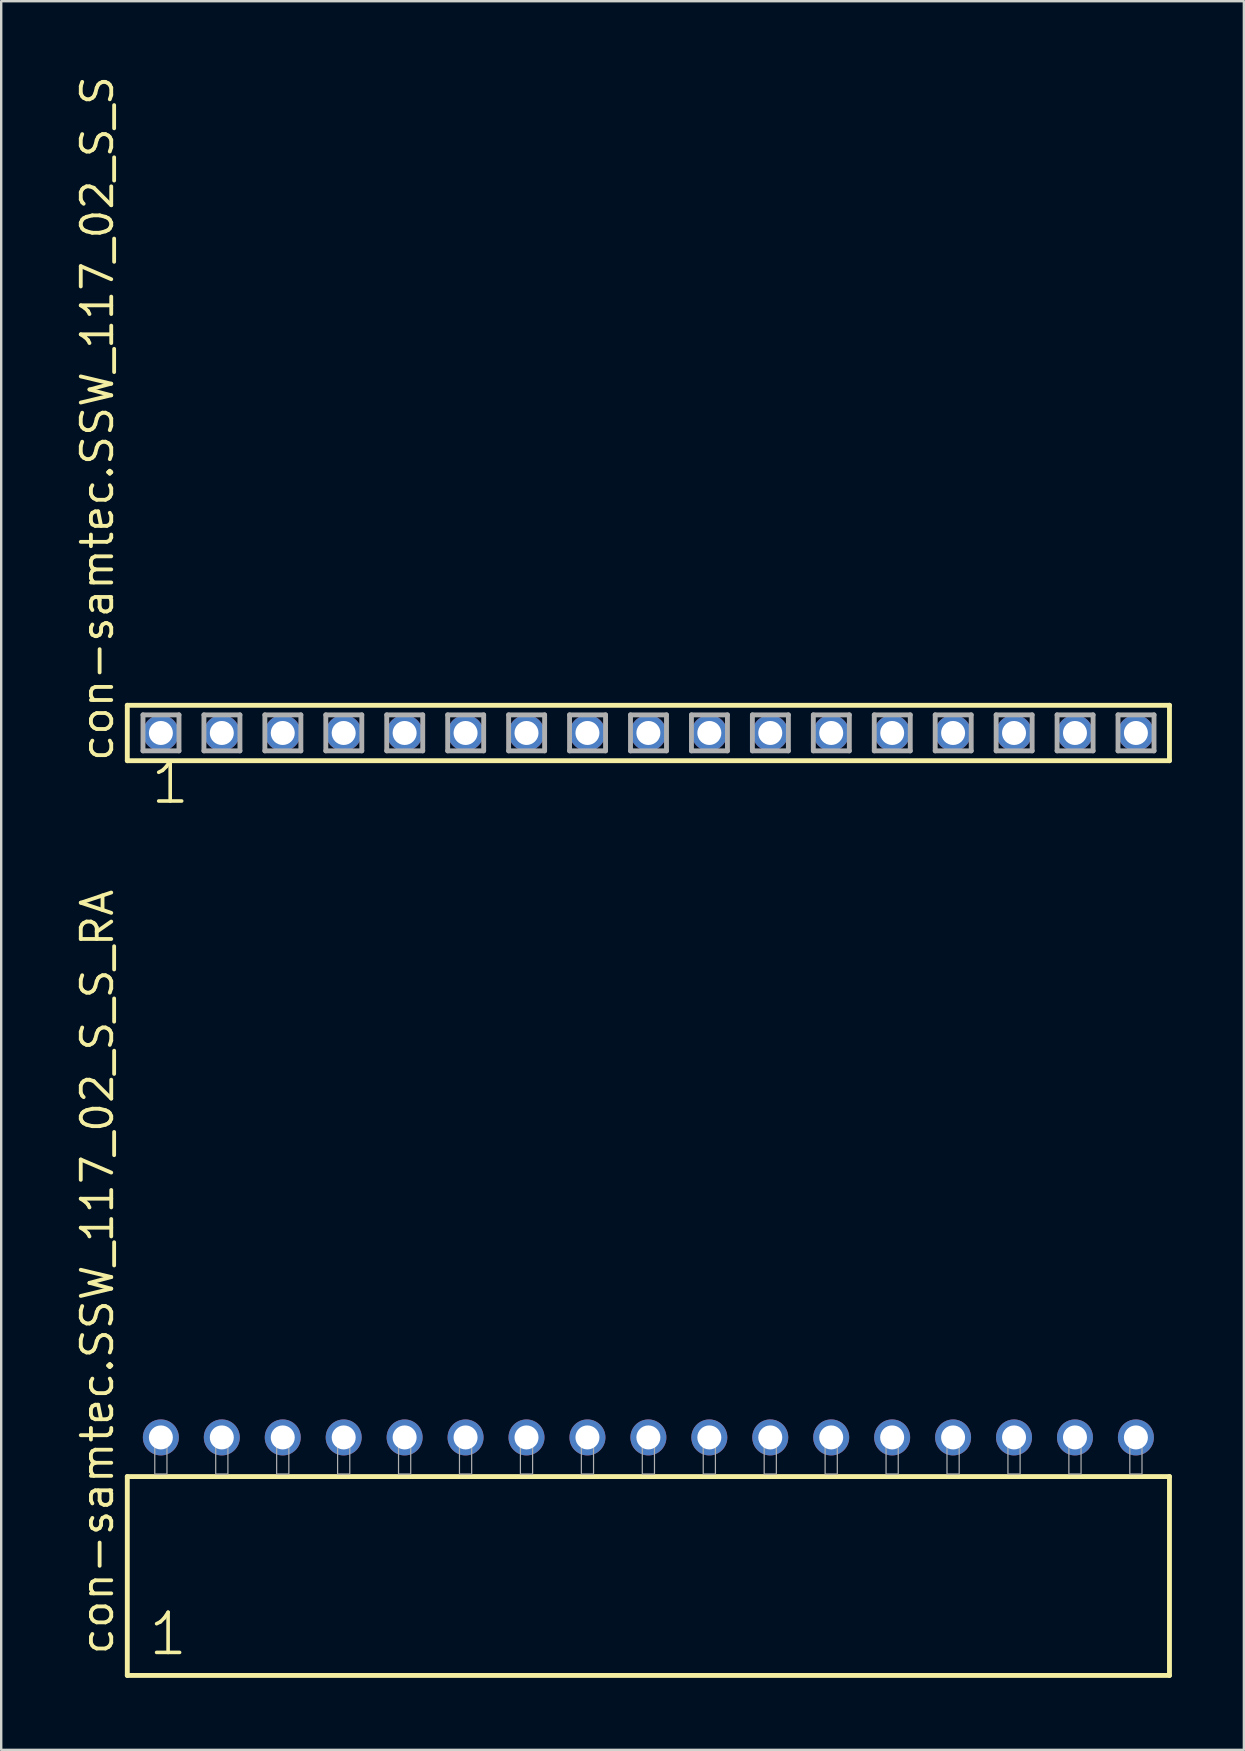
<source format=kicad_pcb>
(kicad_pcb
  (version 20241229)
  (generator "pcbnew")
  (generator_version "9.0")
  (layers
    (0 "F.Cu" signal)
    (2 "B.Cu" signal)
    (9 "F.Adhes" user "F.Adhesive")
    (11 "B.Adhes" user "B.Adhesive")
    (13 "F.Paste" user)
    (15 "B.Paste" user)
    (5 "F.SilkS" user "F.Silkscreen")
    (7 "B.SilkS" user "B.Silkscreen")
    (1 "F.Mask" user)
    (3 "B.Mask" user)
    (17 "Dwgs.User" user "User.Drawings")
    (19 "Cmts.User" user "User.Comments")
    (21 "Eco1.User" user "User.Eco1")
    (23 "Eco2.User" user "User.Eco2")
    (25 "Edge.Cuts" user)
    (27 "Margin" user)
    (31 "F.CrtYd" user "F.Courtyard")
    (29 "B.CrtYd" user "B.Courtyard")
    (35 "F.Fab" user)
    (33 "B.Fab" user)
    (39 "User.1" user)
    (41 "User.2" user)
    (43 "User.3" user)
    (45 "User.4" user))
  (footprint "con-samtec.SSW_117_02_S_S"
    (layer "F.Cu")
    (at 23.975 27.501)
    (property "Reference" "con-samtec.SSW_117_02_S_S" (at -22.225 1.27 90) (layer "F.SilkS") (effects (font (size 1.27 1.27) (thickness 0.16)) (justify left bottom)))
    (attr through_hole)
    (fp_line (start -21.719 -1.155) (end 21.719 -1.155) (stroke (width 0.203) (type default)) (layer "F.SilkS"))
    (fp_line (start -21.719 1.155) (end -21.719 -1.155) (stroke (width 0.203) (type default)) (layer "F.SilkS"))
    (fp_line (start 21.719 -1.155) (end 21.719 1.155) (stroke (width 0.203) (type default)) (layer "F.SilkS"))
    (fp_line (start 21.719 1.155) (end -21.719 1.155) (stroke (width 0.203) (type default)) (layer "F.SilkS"))
    (fp_line (start -21.065 -0.755) (end -19.565 -0.755) (stroke (width 0.203) (type default)) (layer "F.Fab"))
    (fp_line (start -21.065 0.745) (end -21.065 -0.755) (stroke (width 0.203) (type default)) (layer "F.Fab"))
    (fp_line (start -19.565 -0.755) (end -19.565 0.745) (stroke (width 0.203) (type default)) (layer "F.Fab"))
    (fp_line (start -19.565 0.745) (end -21.065 0.745) (stroke (width 0.203) (type default)) (layer "F.Fab"))
    (fp_line (start -18.525 -0.755) (end -17.025 -0.755) (stroke (width 0.203) (type default)) (layer "F.Fab"))
    (fp_line (start -18.525 0.745) (end -18.525 -0.755) (stroke (width 0.203) (type default)) (layer "F.Fab"))
    (fp_line (start -17.025 -0.755) (end -17.025 0.745) (stroke (width 0.203) (type default)) (layer "F.Fab"))
    (fp_line (start -17.025 0.745) (end -18.525 0.745) (stroke (width 0.203) (type default)) (layer "F.Fab"))
    (fp_line (start -15.985 -0.755) (end -14.485 -0.755) (stroke (width 0.203) (type default)) (layer "F.Fab"))
    (fp_line (start -15.985 0.745) (end -15.985 -0.755) (stroke (width 0.203) (type default)) (layer "F.Fab"))
    (fp_line (start -14.485 -0.755) (end -14.485 0.745) (stroke (width 0.203) (type default)) (layer "F.Fab"))
    (fp_line (start -14.485 0.745) (end -15.985 0.745) (stroke (width 0.203) (type default)) (layer "F.Fab"))
    (fp_line (start -13.445 -0.755) (end -11.945 -0.755) (stroke (width 0.203) (type default)) (layer "F.Fab"))
    (fp_line (start -13.445 0.745) (end -13.445 -0.755) (stroke (width 0.203) (type default)) (layer "F.Fab"))
    (fp_line (start -11.945 -0.755) (end -11.945 0.745) (stroke (width 0.203) (type default)) (layer "F.Fab"))
    (fp_line (start -11.945 0.745) (end -13.445 0.745) (stroke (width 0.203) (type default)) (layer "F.Fab"))
    (fp_line (start -10.905 -0.755) (end -9.405 -0.755) (stroke (width 0.203) (type default)) (layer "F.Fab"))
    (fp_line (start -10.905 0.745) (end -10.905 -0.755) (stroke (width 0.203) (type default)) (layer "F.Fab"))
    (fp_line (start -9.405 -0.755) (end -9.405 0.745) (stroke (width 0.203) (type default)) (layer "F.Fab"))
    (fp_line (start -9.405 0.745) (end -10.905 0.745) (stroke (width 0.203) (type default)) (layer "F.Fab"))
    (fp_line (start -8.365 -0.755) (end -6.865 -0.755) (stroke (width 0.203) (type default)) (layer "F.Fab"))
    (fp_line (start -8.365 0.745) (end -8.365 -0.755) (stroke (width 0.203) (type default)) (layer "F.Fab"))
    (fp_line (start -6.865 -0.755) (end -6.865 0.745) (stroke (width 0.203) (type default)) (layer "F.Fab"))
    (fp_line (start -6.865 0.745) (end -8.365 0.745) (stroke (width 0.203) (type default)) (layer "F.Fab"))
    (fp_line (start -5.825 -0.755) (end -4.325 -0.755) (stroke (width 0.203) (type default)) (layer "F.Fab"))
    (fp_line (start -5.825 0.745) (end -5.825 -0.755) (stroke (width 0.203) (type default)) (layer "F.Fab"))
    (fp_line (start -4.325 -0.755) (end -4.325 0.745) (stroke (width 0.203) (type default)) (layer "F.Fab"))
    (fp_line (start -4.325 0.745) (end -5.825 0.745) (stroke (width 0.203) (type default)) (layer "F.Fab"))
    (fp_line (start -3.285 -0.755) (end -1.785 -0.755) (stroke (width 0.203) (type default)) (layer "F.Fab"))
    (fp_line (start -3.285 0.745) (end -3.285 -0.755) (stroke (width 0.203) (type default)) (layer "F.Fab"))
    (fp_line (start -1.785 -0.755) (end -1.785 0.745) (stroke (width 0.203) (type default)) (layer "F.Fab"))
    (fp_line (start -1.785 0.745) (end -3.285 0.745) (stroke (width 0.203) (type default)) (layer "F.Fab"))
    (fp_line (start -0.745 -0.755) (end 0.755 -0.755) (stroke (width 0.203) (type default)) (layer "F.Fab"))
    (fp_line (start -0.745 0.745) (end -0.745 -0.755) (stroke (width 0.203) (type default)) (layer "F.Fab"))
    (fp_line (start 0.755 -0.755) (end 0.755 0.745) (stroke (width 0.203) (type default)) (layer "F.Fab"))
    (fp_line (start 0.755 0.745) (end -0.745 0.745) (stroke (width 0.203) (type default)) (layer "F.Fab"))
    (fp_line (start 1.795 -0.755) (end 3.295 -0.755) (stroke (width 0.203) (type default)) (layer "F.Fab"))
    (fp_line (start 1.795 0.745) (end 1.795 -0.755) (stroke (width 0.203) (type default)) (layer "F.Fab"))
    (fp_line (start 3.295 -0.755) (end 3.295 0.745) (stroke (width 0.203) (type default)) (layer "F.Fab"))
    (fp_line (start 3.295 0.745) (end 1.795 0.745) (stroke (width 0.203) (type default)) (layer "F.Fab"))
    (fp_line (start 4.335 -0.755) (end 5.835 -0.755) (stroke (width 0.203) (type default)) (layer "F.Fab"))
    (fp_line (start 4.335 0.745) (end 4.335 -0.755) (stroke (width 0.203) (type default)) (layer "F.Fab"))
    (fp_line (start 5.835 -0.755) (end 5.835 0.745) (stroke (width 0.203) (type default)) (layer "F.Fab"))
    (fp_line (start 5.835 0.745) (end 4.335 0.745) (stroke (width 0.203) (type default)) (layer "F.Fab"))
    (fp_line (start 6.875 -0.755) (end 8.375 -0.755) (stroke (width 0.203) (type default)) (layer "F.Fab"))
    (fp_line (start 6.875 0.745) (end 6.875 -0.755) (stroke (width 0.203) (type default)) (layer "F.Fab"))
    (fp_line (start 8.375 -0.755) (end 8.375 0.745) (stroke (width 0.203) (type default)) (layer "F.Fab"))
    (fp_line (start 8.375 0.745) (end 6.875 0.745) (stroke (width 0.203) (type default)) (layer "F.Fab"))
    (fp_line (start 9.415 -0.755) (end 10.915 -0.755) (stroke (width 0.203) (type default)) (layer "F.Fab"))
    (fp_line (start 9.415 0.745) (end 9.415 -0.755) (stroke (width 0.203) (type default)) (layer "F.Fab"))
    (fp_line (start 10.915 -0.755) (end 10.915 0.745) (stroke (width 0.203) (type default)) (layer "F.Fab"))
    (fp_line (start 10.915 0.745) (end 9.415 0.745) (stroke (width 0.203) (type default)) (layer "F.Fab"))
    (fp_line (start 11.955 -0.755) (end 13.455 -0.755) (stroke (width 0.203) (type default)) (layer "F.Fab"))
    (fp_line (start 11.955 0.745) (end 11.955 -0.755) (stroke (width 0.203) (type default)) (layer "F.Fab"))
    (fp_line (start 13.455 -0.755) (end 13.455 0.745) (stroke (width 0.203) (type default)) (layer "F.Fab"))
    (fp_line (start 13.455 0.745) (end 11.955 0.745) (stroke (width 0.203) (type default)) (layer "F.Fab"))
    (fp_line (start 14.495 -0.755) (end 15.995 -0.755) (stroke (width 0.203) (type default)) (layer "F.Fab"))
    (fp_line (start 14.495 0.745) (end 14.495 -0.755) (stroke (width 0.203) (type default)) (layer "F.Fab"))
    (fp_line (start 15.995 -0.755) (end 15.995 0.745) (stroke (width 0.203) (type default)) (layer "F.Fab"))
    (fp_line (start 15.995 0.745) (end 14.495 0.745) (stroke (width 0.203) (type default)) (layer "F.Fab"))
    (fp_line (start 17.035 -0.755) (end 18.535 -0.755) (stroke (width 0.203) (type default)) (layer "F.Fab"))
    (fp_line (start 17.035 0.745) (end 17.035 -0.755) (stroke (width 0.203) (type default)) (layer "F.Fab"))
    (fp_line (start 18.535 -0.755) (end 18.535 0.745) (stroke (width 0.203) (type default)) (layer "F.Fab"))
    (fp_line (start 18.535 0.745) (end 17.035 0.745) (stroke (width 0.203) (type default)) (layer "F.Fab"))
    (fp_line (start 19.575 -0.755) (end 21.075 -0.755) (stroke (width 0.203) (type default)) (layer "F.Fab"))
    (fp_line (start 19.575 0.745) (end 19.575 -0.755) (stroke (width 0.203) (type default)) (layer "F.Fab"))
    (fp_line (start 21.075 -0.755) (end 21.075 0.745) (stroke (width 0.203) (type default)) (layer "F.Fab"))
    (fp_line (start 21.075 0.745) (end 19.575 0.745) (stroke (width 0.203) (type default)) (layer "F.Fab"))
    (fp_text user "1" (at -20.828 3.048 0) (layer "F.SilkS") (effects (font (size 1.676 1.676) (thickness 0.15)) (justify left bottom)))
    (pad "1" thru_hole circle (at -20.32 0) (size 1.5 1.5) (drill 1) (layers "*.Cu" "*.Mask"))
    (pad "2" thru_hole circle (at -17.78 0) (size 1.5 1.5) (drill 1) (layers "*.Cu" "*.Mask"))
    (pad "3" thru_hole circle (at -15.24 0) (size 1.5 1.5) (drill 1) (layers "*.Cu" "*.Mask"))
    (pad "4" thru_hole circle (at -12.7 0) (size 1.5 1.5) (drill 1) (layers "*.Cu" "*.Mask"))
    (pad "5" thru_hole circle (at -10.16 0) (size 1.5 1.5) (drill 1) (layers "*.Cu" "*.Mask"))
    (pad "6" thru_hole circle (at -7.62 0) (size 1.5 1.5) (drill 1) (layers "*.Cu" "*.Mask"))
    (pad "7" thru_hole circle (at -5.08 0) (size 1.5 1.5) (drill 1) (layers "*.Cu" "*.Mask"))
    (pad "8" thru_hole circle (at -2.54 0) (size 1.5 1.5) (drill 1) (layers "*.Cu" "*.Mask"))
    (pad "9" thru_hole circle (at 0 0) (size 1.5 1.5) (drill 1) (layers "*.Cu" "*.Mask"))
    (pad "10" thru_hole circle (at 2.54 0) (size 1.5 1.5) (drill 1) (layers "*.Cu" "*.Mask"))
    (pad "11" thru_hole circle (at 5.08 0) (size 1.5 1.5) (drill 1) (layers "*.Cu" "*.Mask"))
    (pad "12" thru_hole circle (at 7.62 0) (size 1.5 1.5) (drill 1) (layers "*.Cu" "*.Mask"))
    (pad "13" thru_hole circle (at 10.16 0) (size 1.5 1.5) (drill 1) (layers "*.Cu" "*.Mask"))
    (pad "14" thru_hole circle (at 12.7 0) (size 1.5 1.5) (drill 1) (layers "*.Cu" "*.Mask"))
    (pad "15" thru_hole circle (at 15.24 0) (size 1.5 1.5) (drill 1) (layers "*.Cu" "*.Mask"))
    (pad "16" thru_hole circle (at 17.78 0) (size 1.5 1.5) (drill 1) (layers "*.Cu" "*.Mask"))
    (pad "17" thru_hole circle (at 20.32 0) (size 1.5 1.5) (drill 1) (layers "*.Cu" "*.Mask")))
  (footprint "con-samtec.SSW_117_02_S_S_RA"
    (layer "F.Cu")
    (at 23.975 58.387)
    (property "Reference" "con-samtec.SSW_117_02_S_S_RA" (at -22.225 7.62 90) (layer "F.SilkS") (effects (font (size 1.27 1.27) (thickness 0.16)) (justify left bottom)))
    (attr through_hole)
    (fp_line (start -21.719 0.106) (end -21.719 8.396) (stroke (width 0.203) (type default)) (layer "F.SilkS"))
    (fp_line (start -21.719 8.396) (end 21.719 8.396) (stroke (width 0.203) (type default)) (layer "F.SilkS"))
    (fp_line (start 21.719 0.106) (end -21.719 0.106) (stroke (width 0.203) (type default)) (layer "F.SilkS"))
    (fp_line (start 21.719 8.396) (end 21.719 0.106) (stroke (width 0.203) (type default)) (layer "F.SilkS"))
    (fp_rect (start -20.574 0) (end -20.066 -1.778) (stroke (width 0.05) (type default)) (fill no) (layer "F.Fab"))
    (fp_rect (start -18.034 0) (end -17.526 -1.778) (stroke (width 0.05) (type default)) (fill no) (layer "F.Fab"))
    (fp_rect (start -15.494 0) (end -14.986 -1.778) (stroke (width 0.05) (type default)) (fill no) (layer "F.Fab"))
    (fp_rect (start -12.954 0) (end -12.446 -1.778) (stroke (width 0.05) (type default)) (fill no) (layer "F.Fab"))
    (fp_rect (start -10.414 0) (end -9.906 -1.778) (stroke (width 0.05) (type default)) (fill no) (layer "F.Fab"))
    (fp_rect (start -7.874 0) (end -7.366 -1.778) (stroke (width 0.05) (type default)) (fill no) (layer "F.Fab"))
    (fp_rect (start -5.334 0) (end -4.826 -1.778) (stroke (width 0.05) (type default)) (fill no) (layer "F.Fab"))
    (fp_rect (start -2.794 0) (end -2.286 -1.778) (stroke (width 0.05) (type default)) (fill no) (layer "F.Fab"))
    (fp_rect (start -0.254 0) (end 0.254 -1.778) (stroke (width 0.05) (type default)) (fill no) (layer "F.Fab"))
    (fp_rect (start 2.286 0) (end 2.794 -1.778) (stroke (width 0.05) (type default)) (fill no) (layer "F.Fab"))
    (fp_rect (start 4.826 0) (end 5.334 -1.778) (stroke (width 0.05) (type default)) (fill no) (layer "F.Fab"))
    (fp_rect (start 7.366 0) (end 7.874 -1.778) (stroke (width 0.05) (type default)) (fill no) (layer "F.Fab"))
    (fp_rect (start 9.906 0) (end 10.414 -1.778) (stroke (width 0.05) (type default)) (fill no) (layer "F.Fab"))
    (fp_rect (start 12.446 0) (end 12.954 -1.778) (stroke (width 0.05) (type default)) (fill no) (layer "F.Fab"))
    (fp_rect (start 14.986 0) (end 15.494 -1.778) (stroke (width 0.05) (type default)) (fill no) (layer "F.Fab"))
    (fp_rect (start 17.526 0) (end 18.034 -1.778) (stroke (width 0.05) (type default)) (fill no) (layer "F.Fab"))
    (fp_rect (start 20.066 0) (end 20.574 -1.778) (stroke (width 0.05) (type default)) (fill no) (layer "F.Fab"))
    (fp_text user "1" (at -20.915 7.65 0) (layer "F.SilkS") (effects (font (size 1.676 1.676) (thickness 0.15)) (justify left bottom)))
    (pad "1" thru_hole circle (at -20.32 -1.524) (size 1.5 1.5) (drill 1) (layers "*.Cu" "*.Mask"))
    (pad "2" thru_hole circle (at -17.78 -1.524) (size 1.5 1.5) (drill 1) (layers "*.Cu" "*.Mask"))
    (pad "3" thru_hole circle (at -15.24 -1.524) (size 1.5 1.5) (drill 1) (layers "*.Cu" "*.Mask"))
    (pad "4" thru_hole circle (at -12.7 -1.524) (size 1.5 1.5) (drill 1) (layers "*.Cu" "*.Mask"))
    (pad "5" thru_hole circle (at -10.16 -1.524) (size 1.5 1.5) (drill 1) (layers "*.Cu" "*.Mask"))
    (pad "6" thru_hole circle (at -7.62 -1.524) (size 1.5 1.5) (drill 1) (layers "*.Cu" "*.Mask"))
    (pad "7" thru_hole circle (at -5.08 -1.524) (size 1.5 1.5) (drill 1) (layers "*.Cu" "*.Mask"))
    (pad "8" thru_hole circle (at -2.54 -1.524) (size 1.5 1.5) (drill 1) (layers "*.Cu" "*.Mask"))
    (pad "9" thru_hole circle (at 0 -1.524) (size 1.5 1.5) (drill 1) (layers "*.Cu" "*.Mask"))
    (pad "10" thru_hole circle (at 2.54 -1.524) (size 1.5 1.5) (drill 1) (layers "*.Cu" "*.Mask"))
    (pad "11" thru_hole circle (at 5.08 -1.524) (size 1.5 1.5) (drill 1) (layers "*.Cu" "*.Mask"))
    (pad "12" thru_hole circle (at 7.62 -1.524) (size 1.5 1.5) (drill 1) (layers "*.Cu" "*.Mask"))
    (pad "13" thru_hole circle (at 10.16 -1.524) (size 1.5 1.5) (drill 1) (layers "*.Cu" "*.Mask"))
    (pad "14" thru_hole circle (at 12.7 -1.524) (size 1.5 1.5) (drill 1) (layers "*.Cu" "*.Mask"))
    (pad "15" thru_hole circle (at 15.24 -1.524) (size 1.5 1.5) (drill 1) (layers "*.Cu" "*.Mask"))
    (pad "16" thru_hole circle (at 17.78 -1.524) (size 1.5 1.5) (drill 1) (layers "*.Cu" "*.Mask"))
    (pad "17" thru_hole circle (at 20.32 -1.524) (size 1.5 1.5) (drill 1) (layers "*.Cu" "*.Mask")))
  (gr_rect
    (start -3 -3)
    (end 48.796 69.885)
    (stroke (width 0.1) (type default))
    (fill no)
    (layer "Edge.Cuts")))
</source>
